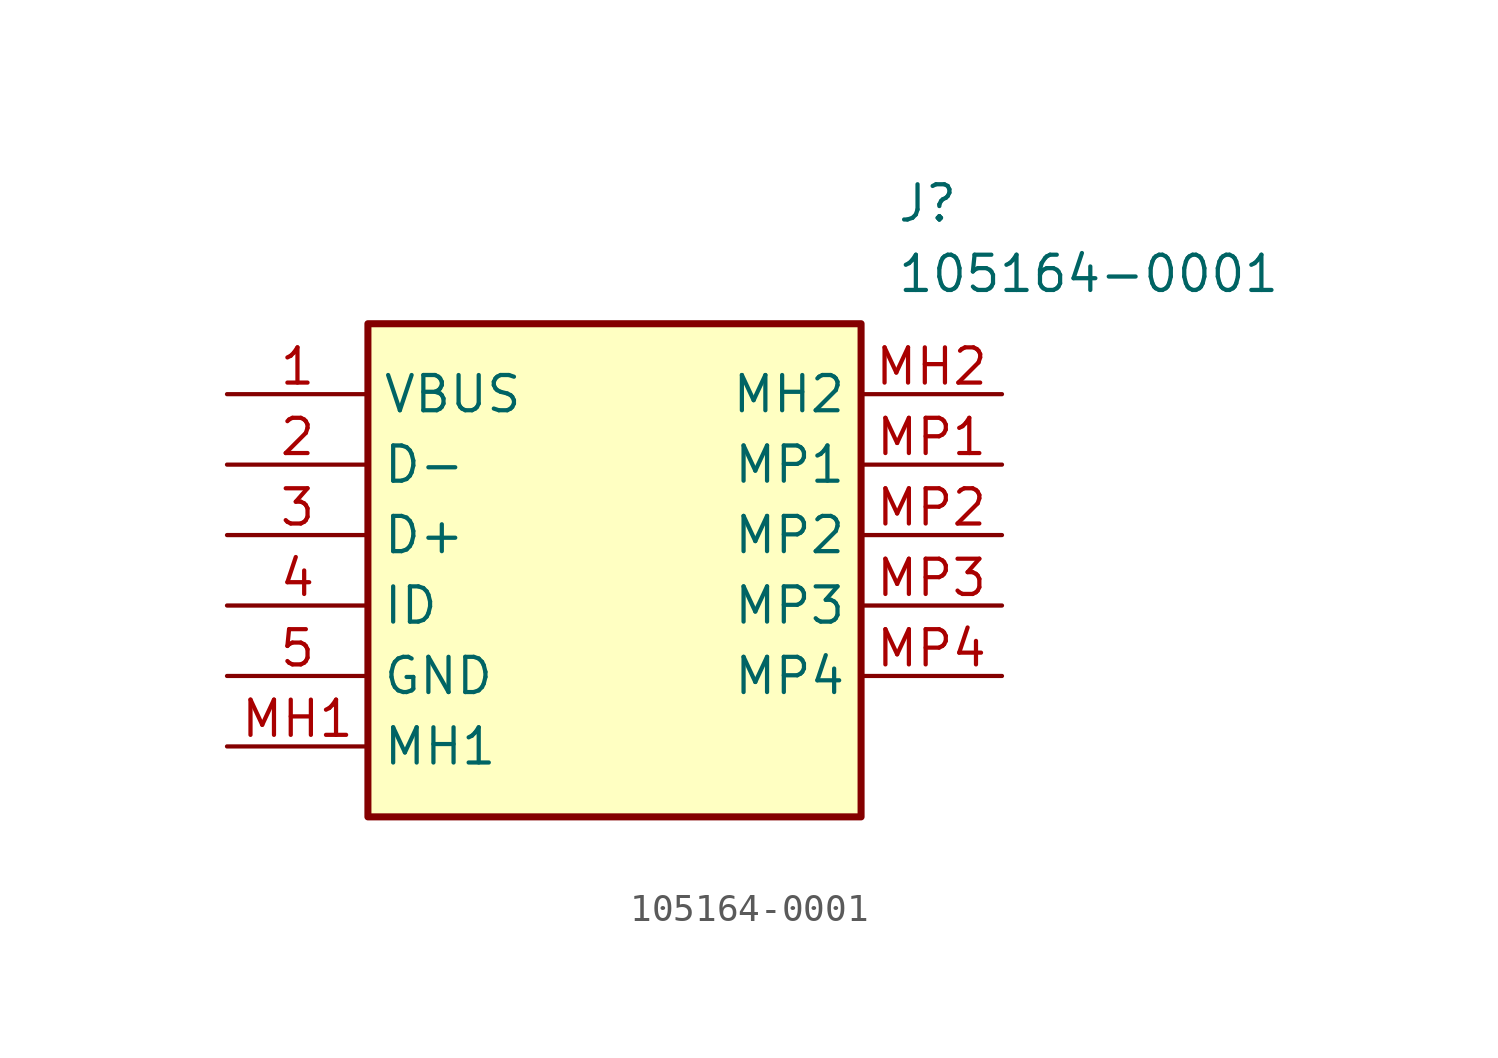
<source format=kicad_sym>
(kicad_symbol_lib
  (version 20211014)
  (generator SamacSys_ECAD_Model)
  (symbol "105164-0001"
    (property "Reference" "J"
      (at 24.13 7.62 0)
      (effects (font (size 1.27 1.27)) (justify left top)))
    (property "Value" "105164-0001"
      (at 24.13 5.08 0)
      (effects (font (size 1.27 1.27)) (justify left top)))
    (rectangle
      (start 5.08 2.54)
      (end 22.86 -15.24)
      (stroke (width 0.254) (type default))
      (fill (type background)))
    (pin passive line
      (at 0 0 0)
      (length 5.08)
      (name "VBUS" (effects (font (size 1.27 1.27))))
      (number "1" (effects (font (size 1.27 1.27)))))
    (pin passive line
      (at 0 -2.54 0)
      (length 5.08)
      (name "D-" (effects (font (size 1.27 1.27))))
      (number "2" (effects (font (size 1.27 1.27)))))
    (pin passive line
      (at 0 -5.08 0)
      (length 5.08)
      (name "D+" (effects (font (size 1.27 1.27))))
      (number "3" (effects (font (size 1.27 1.27)))))
    (pin passive line
      (at 0 -7.62 0)
      (length 5.08)
      (name "ID" (effects (font (size 1.27 1.27))))
      (number "4" (effects (font (size 1.27 1.27)))))
    (pin passive line
      (at 0 -10.16 0)
      (length 5.08)
      (name "GND" (effects (font (size 1.27 1.27))))
      (number "5" (effects (font (size 1.27 1.27)))))
    (pin passive line
      (at 0 -12.7 0)
      (length 5.08)
      (name "MH1" (effects (font (size 1.27 1.27))))
      (number "MH1" (effects (font (size 1.27 1.27)))))
    (pin passive line
      (at 27.94 0 180)
      (length 5.08)
      (name "MH2" (effects (font (size 1.27 1.27))))
      (number "MH2" (effects (font (size 1.27 1.27)))))
    (pin passive line
      (at 27.94 -2.54 180)
      (length 5.08)
      (name "MP1" (effects (font (size 1.27 1.27))))
      (number "MP1" (effects (font (size 1.27 1.27)))))
    (pin passive line
      (at 27.94 -5.08 180)
      (length 5.08)
      (name "MP2" (effects (font (size 1.27 1.27))))
      (number "MP2" (effects (font (size 1.27 1.27)))))
    (pin passive line
      (at 27.94 -7.62 180)
      (length 5.08)
      (name "MP3" (effects (font (size 1.27 1.27))))
      (number "MP3" (effects (font (size 1.27 1.27)))))
    (pin passive line
      (at 27.94 -10.16 180)
      (length 5.08)
      (name "MP4" (effects (font (size 1.27 1.27))))
      (number "MP4" (effects (font (size 1.27 1.27)))))))
</source>
